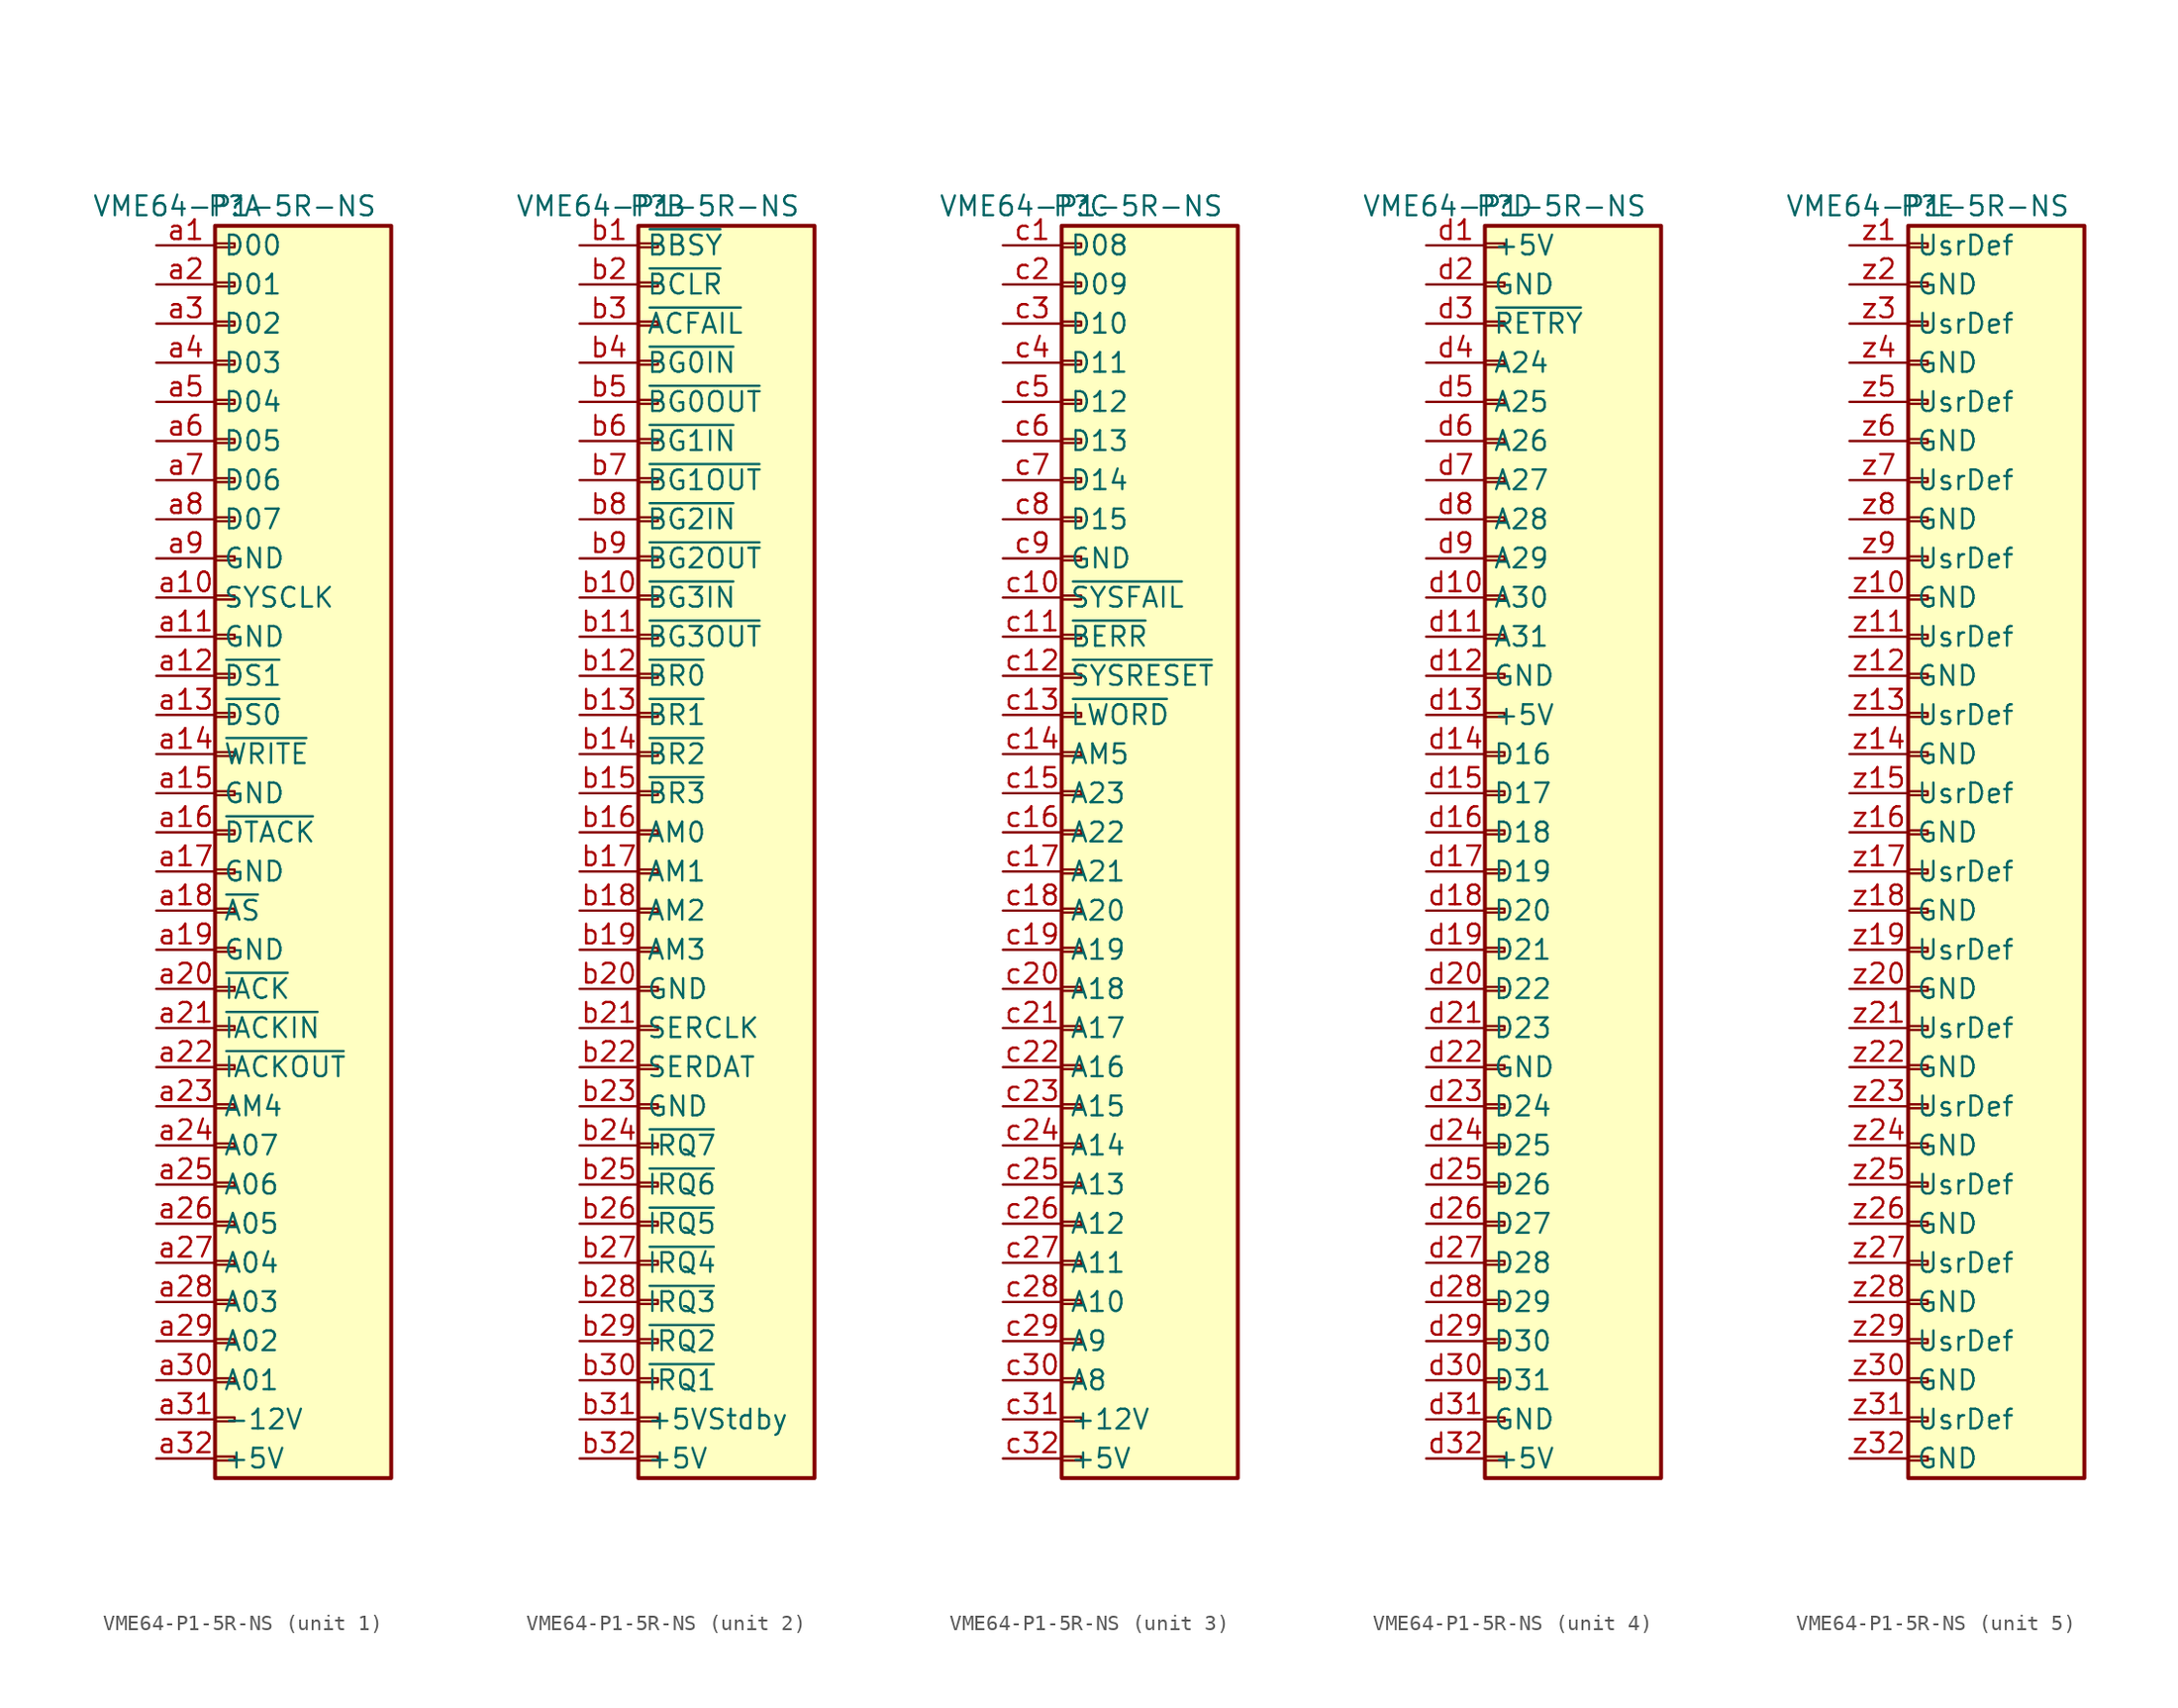
<source format=kicad_sym>
(kicad_symbol_lib
  (version 20231120)
  (generator "kicad_symbol_editor")
  (generator_version "8.0")
  (symbol "VME64-P1-5R-NS"
    (property "Reference" "P"
      (at 0 40.64 0)
      (effects (font (size 1.27 1.27))))
    (property "Value" "VME64-P1-5R-NS"
      (at 0 40.64 0)
      (effects (font (size 1.27 1.27))))
    (property "ki_locked" ""
      (at 0 0 0)
      (effects (font (size 1.27 1.27))))
    (symbol "VME64-P1-5R-NS_1_1"
      (rectangle (start -1.27 -40.513) (end 0 -40.767) (stroke (width 0.152) (type default)) (fill (type none)))
      (rectangle (start -1.27 -37.973) (end 0 -38.227) (stroke (width 0.152) (type default)) (fill (type none)))
      (rectangle (start -1.27 -35.433) (end 0 -35.687) (stroke (width 0.152) (type default)) (fill (type none)))
      (rectangle (start -1.27 -32.893) (end 0 -33.147) (stroke (width 0.152) (type default)) (fill (type none)))
      (rectangle (start -1.27 -30.353) (end 0 -30.607) (stroke (width 0.152) (type default)) (fill (type none)))
      (rectangle (start -1.27 -27.813) (end 0 -28.067) (stroke (width 0.152) (type default)) (fill (type none)))
      (rectangle (start -1.27 -25.273) (end 0 -25.527) (stroke (width 0.152) (type default)) (fill (type none)))
      (rectangle (start -1.27 -22.733) (end 0 -22.987) (stroke (width 0.152) (type default)) (fill (type none)))
      (rectangle (start -1.27 -20.193) (end 0 -20.447) (stroke (width 0.152) (type default)) (fill (type none)))
      (rectangle (start -1.27 -17.653) (end 0 -17.907) (stroke (width 0.152) (type default)) (fill (type none)))
      (rectangle (start -1.27 -15.113) (end 0 -15.367) (stroke (width 0.152) (type default)) (fill (type none)))
      (rectangle (start -1.27 -12.573) (end 0 -12.827) (stroke (width 0.152) (type default)) (fill (type none)))
      (rectangle (start -1.27 -10.033) (end 0 -10.287) (stroke (width 0.152) (type default)) (fill (type none)))
      (rectangle (start -1.27 -7.493) (end 0 -7.747) (stroke (width 0.152) (type default)) (fill (type none)))
      (rectangle (start -1.27 -4.953) (end 0 -5.207) (stroke (width 0.152) (type default)) (fill (type none)))
      (rectangle (start -1.27 -2.413) (end 0 -2.667) (stroke (width 0.152) (type default)) (fill (type none)))
      (rectangle (start -1.27 0.127) (end 0 -0.127) (stroke (width 0.152) (type default)) (fill (type none)))
      (rectangle (start -1.27 2.667) (end 0 2.413) (stroke (width 0.152) (type default)) (fill (type none)))
      (rectangle (start -1.27 5.207) (end 0 4.953) (stroke (width 0.152) (type default)) (fill (type none)))
      (rectangle (start -1.27 7.747) (end 0 7.493) (stroke (width 0.152) (type default)) (fill (type none)))
      (rectangle (start -1.27 10.287) (end 0 10.033) (stroke (width 0.152) (type default)) (fill (type none)))
      (rectangle (start -1.27 12.827) (end 0 12.573) (stroke (width 0.152) (type default)) (fill (type none)))
      (rectangle (start -1.27 15.367) (end 0 15.113) (stroke (width 0.152) (type default)) (fill (type none)))
      (rectangle (start -1.27 17.907) (end 0 17.653) (stroke (width 0.152) (type default)) (fill (type none)))
      (rectangle (start -1.27 20.447) (end 0 20.193) (stroke (width 0.152) (type default)) (fill (type none)))
      (rectangle (start -1.27 22.987) (end 0 22.733) (stroke (width 0.152) (type default)) (fill (type none)))
      (rectangle (start -1.27 25.527) (end 0 25.273) (stroke (width 0.152) (type default)) (fill (type none)))
      (rectangle (start -1.27 28.067) (end 0 27.813) (stroke (width 0.152) (type default)) (fill (type none)))
      (rectangle (start -1.27 30.607) (end 0 30.353) (stroke (width 0.152) (type default)) (fill (type none)))
      (rectangle (start -1.27 33.147) (end 0 32.893) (stroke (width 0.152) (type default)) (fill (type none)))
      (rectangle (start -1.27 35.687) (end 0 35.433) (stroke (width 0.152) (type default)) (fill (type none)))
      (rectangle (start -1.27 38.227) (end 0 37.973) (stroke (width 0.152) (type default)) (fill (type none)))
      (rectangle (start -1.27 39.37) (end 10.16 -41.91) (stroke (width 0.254) (type default)) (fill (type background)))
      (pin bidirectional line (at -5.08 38.1 0) (length 3.81) (name "D00" (effects (font (size 1.27 1.27)))) (number "a1" (effects (font (size 1.27 1.27)))))
      (pin output line (at -5.08 15.24 0) (length 3.81) (name "SYSCLK" (effects (font (size 1.27 1.27)))) (number "a10" (effects (font (size 1.27 1.27)))))
      (pin power_out line (at -5.08 12.7 0) (length 3.81) (name "GND" (effects (font (size 1.27 1.27)))) (number "a11" (effects (font (size 1.27 1.27)))))
      (pin bidirectional line (at -5.08 10.16 0) (length 3.81) (name "~{DS1}" (effects (font (size 1.27 1.27)))) (number "a12" (effects (font (size 1.27 1.27)))))
      (pin bidirectional line (at -5.08 7.62 0) (length 3.81) (name "~{DS0}" (effects (font (size 1.27 1.27)))) (number "a13" (effects (font (size 1.27 1.27)))))
      (pin bidirectional line (at -5.08 5.08 0) (length 3.81) (name "~{WRITE}" (effects (font (size 1.27 1.27)))) (number "a14" (effects (font (size 1.27 1.27)))))
      (pin power_out line (at -5.08 2.54 0) (length 3.81) (name "GND" (effects (font (size 1.27 1.27)))) (number "a15" (effects (font (size 1.27 1.27)))))
      (pin bidirectional line (at -5.08 0 0) (length 3.81) (name "~{DTACK}" (effects (font (size 1.27 1.27)))) (number "a16" (effects (font (size 1.27 1.27)))))
      (pin power_out line (at -5.08 -2.54 0) (length 3.81) (name "GND" (effects (font (size 1.27 1.27)))) (number "a17" (effects (font (size 1.27 1.27)))))
      (pin bidirectional line (at -5.08 -5.08 0) (length 3.81) (name "~{AS}" (effects (font (size 1.27 1.27)))) (number "a18" (effects (font (size 1.27 1.27)))))
      (pin power_out line (at -5.08 -7.62 0) (length 3.81) (name "GND" (effects (font (size 1.27 1.27)))) (number "a19" (effects (font (size 1.27 1.27)))))
      (pin bidirectional line (at -5.08 35.56 0) (length 3.81) (name "D01" (effects (font (size 1.27 1.27)))) (number "a2" (effects (font (size 1.27 1.27)))))
      (pin bidirectional line (at -5.08 -10.16 0) (length 3.81) (name "~{IACK}" (effects (font (size 1.27 1.27)))) (number "a20" (effects (font (size 1.27 1.27)))))
      (pin input line (at -5.08 -12.7 0) (length 3.81) (name "~{IACKIN}" (effects (font (size 1.27 1.27)))) (number "a21" (effects (font (size 1.27 1.27)))))
      (pin output line (at -5.08 -15.24 0) (length 3.81) (name "~{IACKOUT}" (effects (font (size 1.27 1.27)))) (number "a22" (effects (font (size 1.27 1.27)))))
      (pin bidirectional line (at -5.08 -17.78 0) (length 3.81) (name "AM4" (effects (font (size 1.27 1.27)))) (number "a23" (effects (font (size 1.27 1.27)))))
      (pin bidirectional line (at -5.08 -20.32 0) (length 3.81) (name "A07" (effects (font (size 1.27 1.27)))) (number "a24" (effects (font (size 1.27 1.27)))))
      (pin bidirectional line (at -5.08 -22.86 0) (length 3.81) (name "A06" (effects (font (size 1.27 1.27)))) (number "a25" (effects (font (size 1.27 1.27)))))
      (pin bidirectional line (at -5.08 -25.4 0) (length 3.81) (name "A05" (effects (font (size 1.27 1.27)))) (number "a26" (effects (font (size 1.27 1.27)))))
      (pin bidirectional line (at -5.08 -27.94 0) (length 3.81) (name "A04" (effects (font (size 1.27 1.27)))) (number "a27" (effects (font (size 1.27 1.27)))))
      (pin bidirectional line (at -5.08 -30.48 0) (length 3.81) (name "A03" (effects (font (size 1.27 1.27)))) (number "a28" (effects (font (size 1.27 1.27)))))
      (pin bidirectional line (at -5.08 -33.02 0) (length 3.81) (name "A02" (effects (font (size 1.27 1.27)))) (number "a29" (effects (font (size 1.27 1.27)))))
      (pin bidirectional line (at -5.08 33.02 0) (length 3.81) (name "D02" (effects (font (size 1.27 1.27)))) (number "a3" (effects (font (size 1.27 1.27)))))
      (pin bidirectional line (at -5.08 -35.56 0) (length 3.81) (name "A01" (effects (font (size 1.27 1.27)))) (number "a30" (effects (font (size 1.27 1.27)))))
      (pin power_out line (at -5.08 -38.1 0) (length 3.81) (name "-12V" (effects (font (size 1.27 1.27)))) (number "a31" (effects (font (size 1.27 1.27)))))
      (pin power_out line (at -5.08 -40.64 0) (length 3.81) (name "+5V" (effects (font (size 1.27 1.27)))) (number "a32" (effects (font (size 1.27 1.27)))))
      (pin bidirectional line (at -5.08 30.48 0) (length 3.81) (name "D03" (effects (font (size 1.27 1.27)))) (number "a4" (effects (font (size 1.27 1.27)))))
      (pin bidirectional line (at -5.08 27.94 0) (length 3.81) (name "D04" (effects (font (size 1.27 1.27)))) (number "a5" (effects (font (size 1.27 1.27)))))
      (pin bidirectional line (at -5.08 25.4 0) (length 3.81) (name "D05" (effects (font (size 1.27 1.27)))) (number "a6" (effects (font (size 1.27 1.27)))))
      (pin bidirectional line (at -5.08 22.86 0) (length 3.81) (name "D06" (effects (font (size 1.27 1.27)))) (number "a7" (effects (font (size 1.27 1.27)))))
      (pin bidirectional line (at -5.08 20.32 0) (length 3.81) (name "D07" (effects (font (size 1.27 1.27)))) (number "a8" (effects (font (size 1.27 1.27)))))
      (pin power_out line (at -5.08 17.78 0) (length 3.81) (name "GND" (effects (font (size 1.27 1.27)))) (number "a9" (effects (font (size 1.27 1.27))))))
    (symbol "VME64-P1-5R-NS_2_1"
      (rectangle (start -1.27 -40.513) (end 0 -40.767) (stroke (width 0.152) (type default)) (fill (type none)))
      (rectangle (start -1.27 -37.973) (end 0 -38.227) (stroke (width 0.152) (type default)) (fill (type none)))
      (rectangle (start -1.27 -35.433) (end 0 -35.687) (stroke (width 0.152) (type default)) (fill (type none)))
      (rectangle (start -1.27 -32.893) (end 0 -33.147) (stroke (width 0.152) (type default)) (fill (type none)))
      (rectangle (start -1.27 -30.353) (end 0 -30.607) (stroke (width 0.152) (type default)) (fill (type none)))
      (rectangle (start -1.27 -27.813) (end 0 -28.067) (stroke (width 0.152) (type default)) (fill (type none)))
      (rectangle (start -1.27 -25.273) (end 0 -25.527) (stroke (width 0.152) (type default)) (fill (type none)))
      (rectangle (start -1.27 -22.733) (end 0 -22.987) (stroke (width 0.152) (type default)) (fill (type none)))
      (rectangle (start -1.27 -20.193) (end 0 -20.447) (stroke (width 0.152) (type default)) (fill (type none)))
      (rectangle (start -1.27 -17.653) (end 0 -17.907) (stroke (width 0.152) (type default)) (fill (type none)))
      (rectangle (start -1.27 -15.113) (end 0 -15.367) (stroke (width 0.152) (type default)) (fill (type none)))
      (rectangle (start -1.27 -12.573) (end 0 -12.827) (stroke (width 0.152) (type default)) (fill (type none)))
      (rectangle (start -1.27 -10.033) (end 0 -10.287) (stroke (width 0.152) (type default)) (fill (type none)))
      (rectangle (start -1.27 -7.493) (end 0 -7.747) (stroke (width 0.152) (type default)) (fill (type none)))
      (rectangle (start -1.27 -4.953) (end 0 -5.207) (stroke (width 0.152) (type default)) (fill (type none)))
      (rectangle (start -1.27 -2.413) (end 0 -2.667) (stroke (width 0.152) (type default)) (fill (type none)))
      (rectangle (start -1.27 0.127) (end 0 -0.127) (stroke (width 0.152) (type default)) (fill (type none)))
      (rectangle (start -1.27 2.667) (end 0 2.413) (stroke (width 0.152) (type default)) (fill (type none)))
      (rectangle (start -1.27 5.207) (end 0 4.953) (stroke (width 0.152) (type default)) (fill (type none)))
      (rectangle (start -1.27 7.747) (end 0 7.493) (stroke (width 0.152) (type default)) (fill (type none)))
      (rectangle (start -1.27 10.287) (end 0 10.033) (stroke (width 0.152) (type default)) (fill (type none)))
      (rectangle (start -1.27 12.827) (end 0 12.573) (stroke (width 0.152) (type default)) (fill (type none)))
      (rectangle (start -1.27 15.367) (end 0 15.113) (stroke (width 0.152) (type default)) (fill (type none)))
      (rectangle (start -1.27 17.907) (end 0 17.653) (stroke (width 0.152) (type default)) (fill (type none)))
      (rectangle (start -1.27 20.447) (end 0 20.193) (stroke (width 0.152) (type default)) (fill (type none)))
      (rectangle (start -1.27 22.987) (end 0 22.733) (stroke (width 0.152) (type default)) (fill (type none)))
      (rectangle (start -1.27 25.527) (end 0 25.273) (stroke (width 0.152) (type default)) (fill (type none)))
      (rectangle (start -1.27 28.067) (end 0 27.813) (stroke (width 0.152) (type default)) (fill (type none)))
      (rectangle (start -1.27 30.607) (end 0 30.353) (stroke (width 0.152) (type default)) (fill (type none)))
      (rectangle (start -1.27 33.147) (end 0 32.893) (stroke (width 0.152) (type default)) (fill (type none)))
      (rectangle (start -1.27 35.687) (end 0 35.433) (stroke (width 0.152) (type default)) (fill (type none)))
      (rectangle (start -1.27 38.227) (end 0 37.973) (stroke (width 0.152) (type default)) (fill (type none)))
      (rectangle (start -1.27 39.37) (end 10.16 -41.91) (stroke (width 0.254) (type default)) (fill (type background)))
      (pin bidirectional line (at -5.08 38.1 0) (length 3.81) (name "~{BBSY}" (effects (font (size 1.27 1.27)))) (number "b1" (effects (font (size 1.27 1.27)))))
      (pin input line (at -5.08 15.24 0) (length 3.81) (name "~{BG3IN}" (effects (font (size 1.27 1.27)))) (number "b10" (effects (font (size 1.27 1.27)))))
      (pin output line (at -5.08 12.7 0) (length 3.81) (name "~{BG3OUT}" (effects (font (size 1.27 1.27)))) (number "b11" (effects (font (size 1.27 1.27)))))
      (pin bidirectional line (at -5.08 10.16 0) (length 3.81) (name "~{BR0}" (effects (font (size 1.27 1.27)))) (number "b12" (effects (font (size 1.27 1.27)))))
      (pin bidirectional line (at -5.08 7.62 0) (length 3.81) (name "~{BR1}" (effects (font (size 1.27 1.27)))) (number "b13" (effects (font (size 1.27 1.27)))))
      (pin bidirectional line (at -5.08 5.08 0) (length 3.81) (name "~{BR2}" (effects (font (size 1.27 1.27)))) (number "b14" (effects (font (size 1.27 1.27)))))
      (pin bidirectional line (at -5.08 2.54 0) (length 3.81) (name "~{BR3}" (effects (font (size 1.27 1.27)))) (number "b15" (effects (font (size 1.27 1.27)))))
      (pin bidirectional line (at -5.08 0 0) (length 3.81) (name "AM0" (effects (font (size 1.27 1.27)))) (number "b16" (effects (font (size 1.27 1.27)))))
      (pin bidirectional line (at -5.08 -2.54 0) (length 3.81) (name "AM1" (effects (font (size 1.27 1.27)))) (number "b17" (effects (font (size 1.27 1.27)))))
      (pin bidirectional line (at -5.08 -5.08 0) (length 3.81) (name "AM2" (effects (font (size 1.27 1.27)))) (number "b18" (effects (font (size 1.27 1.27)))))
      (pin bidirectional line (at -5.08 -7.62 0) (length 3.81) (name "AM3" (effects (font (size 1.27 1.27)))) (number "b19" (effects (font (size 1.27 1.27)))))
      (pin bidirectional line (at -5.08 35.56 0) (length 3.81) (name "~{BCLR}" (effects (font (size 1.27 1.27)))) (number "b2" (effects (font (size 1.27 1.27)))))
      (pin power_out line (at -5.08 -10.16 0) (length 3.81) (name "GND" (effects (font (size 1.27 1.27)))) (number "b20" (effects (font (size 1.27 1.27)))))
      (pin bidirectional line (at -5.08 -12.7 0) (length 3.81) (name "SERCLK" (effects (font (size 1.27 1.27)))) (number "b21" (effects (font (size 1.27 1.27)))))
      (pin bidirectional line (at -5.08 -15.24 0) (length 3.81) (name "SERDAT" (effects (font (size 1.27 1.27)))) (number "b22" (effects (font (size 1.27 1.27)))))
      (pin power_out line (at -5.08 -17.78 0) (length 3.81) (name "GND" (effects (font (size 1.27 1.27)))) (number "b23" (effects (font (size 1.27 1.27)))))
      (pin bidirectional line (at -5.08 -20.32 0) (length 3.81) (name "~{IRQ7}" (effects (font (size 1.27 1.27)))) (number "b24" (effects (font (size 1.27 1.27)))))
      (pin bidirectional line (at -5.08 -22.86 0) (length 3.81) (name "~{IRQ6}" (effects (font (size 1.27 1.27)))) (number "b25" (effects (font (size 1.27 1.27)))))
      (pin bidirectional line (at -5.08 -25.4 0) (length 3.81) (name "~{IRQ5}" (effects (font (size 1.27 1.27)))) (number "b26" (effects (font (size 1.27 1.27)))))
      (pin bidirectional line (at -5.08 -27.94 0) (length 3.81) (name "~{IRQ4}" (effects (font (size 1.27 1.27)))) (number "b27" (effects (font (size 1.27 1.27)))))
      (pin bidirectional line (at -5.08 -30.48 0) (length 3.81) (name "~{IRQ3}" (effects (font (size 1.27 1.27)))) (number "b28" (effects (font (size 1.27 1.27)))))
      (pin bidirectional line (at -5.08 -33.02 0) (length 3.81) (name "~{IRQ2}" (effects (font (size 1.27 1.27)))) (number "b29" (effects (font (size 1.27 1.27)))))
      (pin output line (at -5.08 33.02 0) (length 3.81) (name "~{ACFAIL}" (effects (font (size 1.27 1.27)))) (number "b3" (effects (font (size 1.27 1.27)))))
      (pin bidirectional line (at -5.08 -35.56 0) (length 3.81) (name "~{IRQ1}" (effects (font (size 1.27 1.27)))) (number "b30" (effects (font (size 1.27 1.27)))))
      (pin power_out line (at -5.08 -38.1 0) (length 3.81) (name "+5VStdby" (effects (font (size 1.27 1.27)))) (number "b31" (effects (font (size 1.27 1.27)))))
      (pin power_out line (at -5.08 -40.64 0) (length 3.81) (name "+5V" (effects (font (size 1.27 1.27)))) (number "b32" (effects (font (size 1.27 1.27)))))
      (pin input line (at -5.08 30.48 0) (length 3.81) (name "~{BG0IN}" (effects (font (size 1.27 1.27)))) (number "b4" (effects (font (size 1.27 1.27)))))
      (pin output line (at -5.08 27.94 0) (length 3.81) (name "~{BG0OUT}" (effects (font (size 1.27 1.27)))) (number "b5" (effects (font (size 1.27 1.27)))))
      (pin input line (at -5.08 25.4 0) (length 3.81) (name "~{BG1IN}" (effects (font (size 1.27 1.27)))) (number "b6" (effects (font (size 1.27 1.27)))))
      (pin output line (at -5.08 22.86 0) (length 3.81) (name "~{BG1OUT}" (effects (font (size 1.27 1.27)))) (number "b7" (effects (font (size 1.27 1.27)))))
      (pin input line (at -5.08 20.32 0) (length 3.81) (name "~{BG2IN}" (effects (font (size 1.27 1.27)))) (number "b8" (effects (font (size 1.27 1.27)))))
      (pin output line (at -5.08 17.78 0) (length 3.81) (name "~{BG2OUT}" (effects (font (size 1.27 1.27)))) (number "b9" (effects (font (size 1.27 1.27))))))
    (symbol "VME64-P1-5R-NS_3_1"
      (rectangle (start -1.27 -40.513) (end 0 -40.767) (stroke (width 0.152) (type default)) (fill (type none)))
      (rectangle (start -1.27 -37.973) (end 0 -38.227) (stroke (width 0.152) (type default)) (fill (type none)))
      (rectangle (start -1.27 -35.433) (end 0 -35.687) (stroke (width 0.152) (type default)) (fill (type none)))
      (rectangle (start -1.27 -32.893) (end 0 -33.147) (stroke (width 0.152) (type default)) (fill (type none)))
      (rectangle (start -1.27 -30.353) (end 0 -30.607) (stroke (width 0.152) (type default)) (fill (type none)))
      (rectangle (start -1.27 -27.813) (end 0 -28.067) (stroke (width 0.152) (type default)) (fill (type none)))
      (rectangle (start -1.27 -25.273) (end 0 -25.527) (stroke (width 0.152) (type default)) (fill (type none)))
      (rectangle (start -1.27 -22.733) (end 0 -22.987) (stroke (width 0.152) (type default)) (fill (type none)))
      (rectangle (start -1.27 -20.193) (end 0 -20.447) (stroke (width 0.152) (type default)) (fill (type none)))
      (rectangle (start -1.27 -17.653) (end 0 -17.907) (stroke (width 0.152) (type default)) (fill (type none)))
      (rectangle (start -1.27 -15.113) (end 0 -15.367) (stroke (width 0.152) (type default)) (fill (type none)))
      (rectangle (start -1.27 -12.573) (end 0 -12.827) (stroke (width 0.152) (type default)) (fill (type none)))
      (rectangle (start -1.27 -10.033) (end 0 -10.287) (stroke (width 0.152) (type default)) (fill (type none)))
      (rectangle (start -1.27 -7.493) (end 0 -7.747) (stroke (width 0.152) (type default)) (fill (type none)))
      (rectangle (start -1.27 -4.953) (end 0 -5.207) (stroke (width 0.152) (type default)) (fill (type none)))
      (rectangle (start -1.27 -2.413) (end 0 -2.667) (stroke (width 0.152) (type default)) (fill (type none)))
      (rectangle (start -1.27 0.127) (end 0 -0.127) (stroke (width 0.152) (type default)) (fill (type none)))
      (rectangle (start -1.27 2.667) (end 0 2.413) (stroke (width 0.152) (type default)) (fill (type none)))
      (rectangle (start -1.27 5.207) (end 0 4.953) (stroke (width 0.152) (type default)) (fill (type none)))
      (rectangle (start -1.27 7.747) (end 0 7.493) (stroke (width 0.152) (type default)) (fill (type none)))
      (rectangle (start -1.27 10.287) (end 0 10.033) (stroke (width 0.152) (type default)) (fill (type none)))
      (rectangle (start -1.27 12.827) (end 0 12.573) (stroke (width 0.152) (type default)) (fill (type none)))
      (rectangle (start -1.27 15.367) (end 0 15.113) (stroke (width 0.152) (type default)) (fill (type none)))
      (rectangle (start -1.27 17.907) (end 0 17.653) (stroke (width 0.152) (type default)) (fill (type none)))
      (rectangle (start -1.27 20.447) (end 0 20.193) (stroke (width 0.152) (type default)) (fill (type none)))
      (rectangle (start -1.27 22.987) (end 0 22.733) (stroke (width 0.152) (type default)) (fill (type none)))
      (rectangle (start -1.27 25.527) (end 0 25.273) (stroke (width 0.152) (type default)) (fill (type none)))
      (rectangle (start -1.27 28.067) (end 0 27.813) (stroke (width 0.152) (type default)) (fill (type none)))
      (rectangle (start -1.27 30.607) (end 0 30.353) (stroke (width 0.152) (type default)) (fill (type none)))
      (rectangle (start -1.27 33.147) (end 0 32.893) (stroke (width 0.152) (type default)) (fill (type none)))
      (rectangle (start -1.27 35.687) (end 0 35.433) (stroke (width 0.152) (type default)) (fill (type none)))
      (rectangle (start -1.27 38.227) (end 0 37.973) (stroke (width 0.152) (type default)) (fill (type none)))
      (rectangle (start -1.27 39.37) (end 10.16 -41.91) (stroke (width 0.254) (type default)) (fill (type background)))
      (pin bidirectional line (at -5.08 38.1 0) (length 3.81) (name "D08" (effects (font (size 1.27 1.27)))) (number "c1" (effects (font (size 1.27 1.27)))))
      (pin bidirectional line (at -5.08 15.24 0) (length 3.81) (name "~{SYSFAIL}" (effects (font (size 1.27 1.27)))) (number "c10" (effects (font (size 1.27 1.27)))))
      (pin bidirectional line (at -5.08 12.7 0) (length 3.81) (name "~{BERR}" (effects (font (size 1.27 1.27)))) (number "c11" (effects (font (size 1.27 1.27)))))
      (pin bidirectional line (at -5.08 10.16 0) (length 3.81) (name "~{SYSRESET}" (effects (font (size 1.27 1.27)))) (number "c12" (effects (font (size 1.27 1.27)))))
      (pin bidirectional line (at -5.08 7.62 0) (length 3.81) (name "~{LWORD}" (effects (font (size 1.27 1.27)))) (number "c13" (effects (font (size 1.27 1.27)))))
      (pin bidirectional line (at -5.08 5.08 0) (length 3.81) (name "AM5" (effects (font (size 1.27 1.27)))) (number "c14" (effects (font (size 1.27 1.27)))))
      (pin bidirectional line (at -5.08 2.54 0) (length 3.81) (name "A23" (effects (font (size 1.27 1.27)))) (number "c15" (effects (font (size 1.27 1.27)))))
      (pin bidirectional line (at -5.08 0 0) (length 3.81) (name "A22" (effects (font (size 1.27 1.27)))) (number "c16" (effects (font (size 1.27 1.27)))))
      (pin bidirectional line (at -5.08 -2.54 0) (length 3.81) (name "A21" (effects (font (size 1.27 1.27)))) (number "c17" (effects (font (size 1.27 1.27)))))
      (pin bidirectional line (at -5.08 -5.08 0) (length 3.81) (name "A20" (effects (font (size 1.27 1.27)))) (number "c18" (effects (font (size 1.27 1.27)))))
      (pin bidirectional line (at -5.08 -7.62 0) (length 3.81) (name "A19" (effects (font (size 1.27 1.27)))) (number "c19" (effects (font (size 1.27 1.27)))))
      (pin bidirectional line (at -5.08 35.56 0) (length 3.81) (name "D09" (effects (font (size 1.27 1.27)))) (number "c2" (effects (font (size 1.27 1.27)))))
      (pin bidirectional line (at -5.08 -10.16 0) (length 3.81) (name "A18" (effects (font (size 1.27 1.27)))) (number "c20" (effects (font (size 1.27 1.27)))))
      (pin bidirectional line (at -5.08 -12.7 0) (length 3.81) (name "A17" (effects (font (size 1.27 1.27)))) (number "c21" (effects (font (size 1.27 1.27)))))
      (pin bidirectional line (at -5.08 -15.24 0) (length 3.81) (name "A16" (effects (font (size 1.27 1.27)))) (number "c22" (effects (font (size 1.27 1.27)))))
      (pin bidirectional line (at -5.08 -17.78 0) (length 3.81) (name "A15" (effects (font (size 1.27 1.27)))) (number "c23" (effects (font (size 1.27 1.27)))))
      (pin bidirectional line (at -5.08 -20.32 0) (length 3.81) (name "A14" (effects (font (size 1.27 1.27)))) (number "c24" (effects (font (size 1.27 1.27)))))
      (pin bidirectional line (at -5.08 -22.86 0) (length 3.81) (name "A13" (effects (font (size 1.27 1.27)))) (number "c25" (effects (font (size 1.27 1.27)))))
      (pin bidirectional line (at -5.08 -25.4 0) (length 3.81) (name "A12" (effects (font (size 1.27 1.27)))) (number "c26" (effects (font (size 1.27 1.27)))))
      (pin bidirectional line (at -5.08 -27.94 0) (length 3.81) (name "A11" (effects (font (size 1.27 1.27)))) (number "c27" (effects (font (size 1.27 1.27)))))
      (pin bidirectional line (at -5.08 -30.48 0) (length 3.81) (name "A10" (effects (font (size 1.27 1.27)))) (number "c28" (effects (font (size 1.27 1.27)))))
      (pin bidirectional line (at -5.08 -33.02 0) (length 3.81) (name "A9" (effects (font (size 1.27 1.27)))) (number "c29" (effects (font (size 1.27 1.27)))))
      (pin bidirectional line (at -5.08 33.02 0) (length 3.81) (name "D10" (effects (font (size 1.27 1.27)))) (number "c3" (effects (font (size 1.27 1.27)))))
      (pin bidirectional line (at -5.08 -35.56 0) (length 3.81) (name "A8" (effects (font (size 1.27 1.27)))) (number "c30" (effects (font (size 1.27 1.27)))))
      (pin power_out line (at -5.08 -38.1 0) (length 3.81) (name "+12V" (effects (font (size 1.27 1.27)))) (number "c31" (effects (font (size 1.27 1.27)))))
      (pin power_out line (at -5.08 -40.64 0) (length 3.81) (name "+5V" (effects (font (size 1.27 1.27)))) (number "c32" (effects (font (size 1.27 1.27)))))
      (pin bidirectional line (at -5.08 30.48 0) (length 3.81) (name "D11" (effects (font (size 1.27 1.27)))) (number "c4" (effects (font (size 1.27 1.27)))))
      (pin bidirectional line (at -5.08 27.94 0) (length 3.81) (name "D12" (effects (font (size 1.27 1.27)))) (number "c5" (effects (font (size 1.27 1.27)))))
      (pin bidirectional line (at -5.08 25.4 0) (length 3.81) (name "D13" (effects (font (size 1.27 1.27)))) (number "c6" (effects (font (size 1.27 1.27)))))
      (pin bidirectional line (at -5.08 22.86 0) (length 3.81) (name "D14" (effects (font (size 1.27 1.27)))) (number "c7" (effects (font (size 1.27 1.27)))))
      (pin bidirectional line (at -5.08 20.32 0) (length 3.81) (name "D15" (effects (font (size 1.27 1.27)))) (number "c8" (effects (font (size 1.27 1.27)))))
      (pin power_out line (at -5.08 17.78 0) (length 3.81) (name "GND" (effects (font (size 1.27 1.27)))) (number "c9" (effects (font (size 1.27 1.27))))))
    (symbol "VME64-P1-5R-NS_4_1"
      (rectangle (start -1.27 -40.513) (end 0 -40.767) (stroke (width 0.152) (type default)) (fill (type none)))
      (rectangle (start -1.27 -37.973) (end 0 -38.227) (stroke (width 0.152) (type default)) (fill (type none)))
      (rectangle (start -1.27 -35.433) (end 0 -35.687) (stroke (width 0.152) (type default)) (fill (type none)))
      (rectangle (start -1.27 -32.893) (end 0 -33.147) (stroke (width 0.152) (type default)) (fill (type none)))
      (rectangle (start -1.27 -30.353) (end 0 -30.607) (stroke (width 0.152) (type default)) (fill (type none)))
      (rectangle (start -1.27 -27.813) (end 0 -28.067) (stroke (width 0.152) (type default)) (fill (type none)))
      (rectangle (start -1.27 -25.273) (end 0 -25.527) (stroke (width 0.152) (type default)) (fill (type none)))
      (rectangle (start -1.27 -22.733) (end 0 -22.987) (stroke (width 0.152) (type default)) (fill (type none)))
      (rectangle (start -1.27 -20.193) (end 0 -20.447) (stroke (width 0.152) (type default)) (fill (type none)))
      (rectangle (start -1.27 -17.653) (end 0 -17.907) (stroke (width 0.152) (type default)) (fill (type none)))
      (rectangle (start -1.27 -15.113) (end 0 -15.367) (stroke (width 0.152) (type default)) (fill (type none)))
      (rectangle (start -1.27 -12.573) (end 0 -12.827) (stroke (width 0.152) (type default)) (fill (type none)))
      (rectangle (start -1.27 -10.033) (end 0 -10.287) (stroke (width 0.152) (type default)) (fill (type none)))
      (rectangle (start -1.27 -7.493) (end 0 -7.747) (stroke (width 0.152) (type default)) (fill (type none)))
      (rectangle (start -1.27 -4.953) (end 0 -5.207) (stroke (width 0.152) (type default)) (fill (type none)))
      (rectangle (start -1.27 -2.413) (end 0 -2.667) (stroke (width 0.152) (type default)) (fill (type none)))
      (rectangle (start -1.27 0.127) (end 0 -0.127) (stroke (width 0.152) (type default)) (fill (type none)))
      (rectangle (start -1.27 2.667) (end 0 2.413) (stroke (width 0.152) (type default)) (fill (type none)))
      (rectangle (start -1.27 5.207) (end 0 4.953) (stroke (width 0.152) (type default)) (fill (type none)))
      (rectangle (start -1.27 7.747) (end 0 7.493) (stroke (width 0.152) (type default)) (fill (type none)))
      (rectangle (start -1.27 10.287) (end 0 10.033) (stroke (width 0.152) (type default)) (fill (type none)))
      (rectangle (start -1.27 12.827) (end 0 12.573) (stroke (width 0.152) (type default)) (fill (type none)))
      (rectangle (start -1.27 15.367) (end 0 15.113) (stroke (width 0.152) (type default)) (fill (type none)))
      (rectangle (start -1.27 17.907) (end 0 17.653) (stroke (width 0.152) (type default)) (fill (type none)))
      (rectangle (start -1.27 20.447) (end 0 20.193) (stroke (width 0.152) (type default)) (fill (type none)))
      (rectangle (start -1.27 22.987) (end 0 22.733) (stroke (width 0.152) (type default)) (fill (type none)))
      (rectangle (start -1.27 25.527) (end 0 25.273) (stroke (width 0.152) (type default)) (fill (type none)))
      (rectangle (start -1.27 28.067) (end 0 27.813) (stroke (width 0.152) (type default)) (fill (type none)))
      (rectangle (start -1.27 30.607) (end 0 30.353) (stroke (width 0.152) (type default)) (fill (type none)))
      (rectangle (start -1.27 33.147) (end 0 32.893) (stroke (width 0.152) (type default)) (fill (type none)))
      (rectangle (start -1.27 35.687) (end 0 35.433) (stroke (width 0.152) (type default)) (fill (type none)))
      (rectangle (start -1.27 38.227) (end 0 37.973) (stroke (width 0.152) (type default)) (fill (type none)))
      (rectangle (start -1.27 39.37) (end 10.16 -41.91) (stroke (width 0.254) (type default)) (fill (type background)))
      (pin power_out line (at -5.08 38.1 0) (length 3.81) (name "+5V" (effects (font (size 1.27 1.27)))) (number "d1" (effects (font (size 1.27 1.27)))))
      (pin bidirectional line (at -5.08 15.24 0) (length 3.81) (name "A30" (effects (font (size 1.27 1.27)))) (number "d10" (effects (font (size 1.27 1.27)))))
      (pin bidirectional line (at -5.08 12.7 0) (length 3.81) (name "A31" (effects (font (size 1.27 1.27)))) (number "d11" (effects (font (size 1.27 1.27)))))
      (pin power_out line (at -5.08 10.16 0) (length 3.81) (name "GND" (effects (font (size 1.27 1.27)))) (number "d12" (effects (font (size 1.27 1.27)))))
      (pin power_out line (at -5.08 7.62 0) (length 3.81) (name "+5V" (effects (font (size 1.27 1.27)))) (number "d13" (effects (font (size 1.27 1.27)))))
      (pin bidirectional line (at -5.08 5.08 0) (length 3.81) (name "D16" (effects (font (size 1.27 1.27)))) (number "d14" (effects (font (size 1.27 1.27)))))
      (pin bidirectional line (at -5.08 2.54 0) (length 3.81) (name "D17" (effects (font (size 1.27 1.27)))) (number "d15" (effects (font (size 1.27 1.27)))))
      (pin bidirectional line (at -5.08 0 0) (length 3.81) (name "D18" (effects (font (size 1.27 1.27)))) (number "d16" (effects (font (size 1.27 1.27)))))
      (pin bidirectional line (at -5.08 -2.54 0) (length 3.81) (name "D19" (effects (font (size 1.27 1.27)))) (number "d17" (effects (font (size 1.27 1.27)))))
      (pin bidirectional line (at -5.08 -5.08 0) (length 3.81) (name "D20" (effects (font (size 1.27 1.27)))) (number "d18" (effects (font (size 1.27 1.27)))))
      (pin bidirectional line (at -5.08 -7.62 0) (length 3.81) (name "D21" (effects (font (size 1.27 1.27)))) (number "d19" (effects (font (size 1.27 1.27)))))
      (pin power_out line (at -5.08 35.56 0) (length 3.81) (name "GND" (effects (font (size 1.27 1.27)))) (number "d2" (effects (font (size 1.27 1.27)))))
      (pin bidirectional line (at -5.08 -10.16 0) (length 3.81) (name "D22" (effects (font (size 1.27 1.27)))) (number "d20" (effects (font (size 1.27 1.27)))))
      (pin bidirectional line (at -5.08 -12.7 0) (length 3.81) (name "D23" (effects (font (size 1.27 1.27)))) (number "d21" (effects (font (size 1.27 1.27)))))
      (pin power_out line (at -5.08 -15.24 0) (length 3.81) (name "GND" (effects (font (size 1.27 1.27)))) (number "d22" (effects (font (size 1.27 1.27)))))
      (pin bidirectional line (at -5.08 -17.78 0) (length 3.81) (name "D24" (effects (font (size 1.27 1.27)))) (number "d23" (effects (font (size 1.27 1.27)))))
      (pin bidirectional line (at -5.08 -20.32 0) (length 3.81) (name "D25" (effects (font (size 1.27 1.27)))) (number "d24" (effects (font (size 1.27 1.27)))))
      (pin bidirectional line (at -5.08 -22.86 0) (length 3.81) (name "D26" (effects (font (size 1.27 1.27)))) (number "d25" (effects (font (size 1.27 1.27)))))
      (pin bidirectional line (at -5.08 -25.4 0) (length 3.81) (name "D27" (effects (font (size 1.27 1.27)))) (number "d26" (effects (font (size 1.27 1.27)))))
      (pin bidirectional line (at -5.08 -27.94 0) (length 3.81) (name "D28" (effects (font (size 1.27 1.27)))) (number "d27" (effects (font (size 1.27 1.27)))))
      (pin bidirectional line (at -5.08 -30.48 0) (length 3.81) (name "D29" (effects (font (size 1.27 1.27)))) (number "d28" (effects (font (size 1.27 1.27)))))
      (pin bidirectional line (at -5.08 -33.02 0) (length 3.81) (name "D30" (effects (font (size 1.27 1.27)))) (number "d29" (effects (font (size 1.27 1.27)))))
      (pin bidirectional line (at -5.08 33.02 0) (length 3.81) (name "~{RETRY}" (effects (font (size 1.27 1.27)))) (number "d3" (effects (font (size 1.27 1.27)))))
      (pin bidirectional line (at -5.08 -35.56 0) (length 3.81) (name "D31" (effects (font (size 1.27 1.27)))) (number "d30" (effects (font (size 1.27 1.27)))))
      (pin power_out line (at -5.08 -38.1 0) (length 3.81) (name "GND" (effects (font (size 1.27 1.27)))) (number "d31" (effects (font (size 1.27 1.27)))))
      (pin power_out line (at -5.08 -40.64 0) (length 3.81) (name "+5V" (effects (font (size 1.27 1.27)))) (number "d32" (effects (font (size 1.27 1.27)))))
      (pin bidirectional line (at -5.08 30.48 0) (length 3.81) (name "A24" (effects (font (size 1.27 1.27)))) (number "d4" (effects (font (size 1.27 1.27)))))
      (pin bidirectional line (at -5.08 27.94 0) (length 3.81) (name "A25" (effects (font (size 1.27 1.27)))) (number "d5" (effects (font (size 1.27 1.27)))))
      (pin bidirectional line (at -5.08 25.4 0) (length 3.81) (name "A26" (effects (font (size 1.27 1.27)))) (number "d6" (effects (font (size 1.27 1.27)))))
      (pin bidirectional line (at -5.08 22.86 0) (length 3.81) (name "A27" (effects (font (size 1.27 1.27)))) (number "d7" (effects (font (size 1.27 1.27)))))
      (pin bidirectional line (at -5.08 20.32 0) (length 3.81) (name "A28" (effects (font (size 1.27 1.27)))) (number "d8" (effects (font (size 1.27 1.27)))))
      (pin bidirectional line (at -5.08 17.78 0) (length 3.81) (name "A29" (effects (font (size 1.27 1.27)))) (number "d9" (effects (font (size 1.27 1.27))))))
    (symbol "VME64-P1-5R-NS_5_1"
      (rectangle (start -1.27 -40.513) (end 0 -40.767) (stroke (width 0.152) (type default)) (fill (type none)))
      (rectangle (start -1.27 -37.973) (end 0 -38.227) (stroke (width 0.152) (type default)) (fill (type none)))
      (rectangle (start -1.27 -35.433) (end 0 -35.687) (stroke (width 0.152) (type default)) (fill (type none)))
      (rectangle (start -1.27 -32.893) (end 0 -33.147) (stroke (width 0.152) (type default)) (fill (type none)))
      (rectangle (start -1.27 -30.353) (end 0 -30.607) (stroke (width 0.152) (type default)) (fill (type none)))
      (rectangle (start -1.27 -27.813) (end 0 -28.067) (stroke (width 0.152) (type default)) (fill (type none)))
      (rectangle (start -1.27 -25.273) (end 0 -25.527) (stroke (width 0.152) (type default)) (fill (type none)))
      (rectangle (start -1.27 -22.733) (end 0 -22.987) (stroke (width 0.152) (type default)) (fill (type none)))
      (rectangle (start -1.27 -20.193) (end 0 -20.447) (stroke (width 0.152) (type default)) (fill (type none)))
      (rectangle (start -1.27 -17.653) (end 0 -17.907) (stroke (width 0.152) (type default)) (fill (type none)))
      (rectangle (start -1.27 -15.113) (end 0 -15.367) (stroke (width 0.152) (type default)) (fill (type none)))
      (rectangle (start -1.27 -12.573) (end 0 -12.827) (stroke (width 0.152) (type default)) (fill (type none)))
      (rectangle (start -1.27 -10.033) (end 0 -10.287) (stroke (width 0.152) (type default)) (fill (type none)))
      (rectangle (start -1.27 -7.493) (end 0 -7.747) (stroke (width 0.152) (type default)) (fill (type none)))
      (rectangle (start -1.27 -4.953) (end 0 -5.207) (stroke (width 0.152) (type default)) (fill (type none)))
      (rectangle (start -1.27 -2.413) (end 0 -2.667) (stroke (width 0.152) (type default)) (fill (type none)))
      (rectangle (start -1.27 0.127) (end 0 -0.127) (stroke (width 0.152) (type default)) (fill (type none)))
      (rectangle (start -1.27 2.667) (end 0 2.413) (stroke (width 0.152) (type default)) (fill (type none)))
      (rectangle (start -1.27 5.207) (end 0 4.953) (stroke (width 0.152) (type default)) (fill (type none)))
      (rectangle (start -1.27 7.747) (end 0 7.493) (stroke (width 0.152) (type default)) (fill (type none)))
      (rectangle (start -1.27 10.287) (end 0 10.033) (stroke (width 0.152) (type default)) (fill (type none)))
      (rectangle (start -1.27 12.827) (end 0 12.573) (stroke (width 0.152) (type default)) (fill (type none)))
      (rectangle (start -1.27 15.367) (end 0 15.113) (stroke (width 0.152) (type default)) (fill (type none)))
      (rectangle (start -1.27 17.907) (end 0 17.653) (stroke (width 0.152) (type default)) (fill (type none)))
      (rectangle (start -1.27 20.447) (end 0 20.193) (stroke (width 0.152) (type default)) (fill (type none)))
      (rectangle (start -1.27 22.987) (end 0 22.733) (stroke (width 0.152) (type default)) (fill (type none)))
      (rectangle (start -1.27 25.527) (end 0 25.273) (stroke (width 0.152) (type default)) (fill (type none)))
      (rectangle (start -1.27 28.067) (end 0 27.813) (stroke (width 0.152) (type default)) (fill (type none)))
      (rectangle (start -1.27 30.607) (end 0 30.353) (stroke (width 0.152) (type default)) (fill (type none)))
      (rectangle (start -1.27 33.147) (end 0 32.893) (stroke (width 0.152) (type default)) (fill (type none)))
      (rectangle (start -1.27 35.687) (end 0 35.433) (stroke (width 0.152) (type default)) (fill (type none)))
      (rectangle (start -1.27 38.227) (end 0 37.973) (stroke (width 0.152) (type default)) (fill (type none)))
      (rectangle (start -1.27 39.37) (end 10.16 -41.91) (stroke (width 0.254) (type default)) (fill (type background)))
      (pin bidirectional line (at -5.08 38.1 0) (length 3.81) (name "UsrDef" (effects (font (size 1.27 1.27)))) (number "z1" (effects (font (size 1.27 1.27)))))
      (pin power_out line (at -5.08 15.24 0) (length 3.81) (name "GND" (effects (font (size 1.27 1.27)))) (number "z10" (effects (font (size 1.27 1.27)))))
      (pin bidirectional line (at -5.08 12.7 0) (length 3.81) (name "UsrDef" (effects (font (size 1.27 1.27)))) (number "z11" (effects (font (size 1.27 1.27)))))
      (pin power_out line (at -5.08 10.16 0) (length 3.81) (name "GND" (effects (font (size 1.27 1.27)))) (number "z12" (effects (font (size 1.27 1.27)))))
      (pin bidirectional line (at -5.08 7.62 0) (length 3.81) (name "UsrDef" (effects (font (size 1.27 1.27)))) (number "z13" (effects (font (size 1.27 1.27)))))
      (pin power_out line (at -5.08 5.08 0) (length 3.81) (name "GND" (effects (font (size 1.27 1.27)))) (number "z14" (effects (font (size 1.27 1.27)))))
      (pin bidirectional line (at -5.08 2.54 0) (length 3.81) (name "UsrDef" (effects (font (size 1.27 1.27)))) (number "z15" (effects (font (size 1.27 1.27)))))
      (pin power_out line (at -5.08 0 0) (length 3.81) (name "GND" (effects (font (size 1.27 1.27)))) (number "z16" (effects (font (size 1.27 1.27)))))
      (pin bidirectional line (at -5.08 -2.54 0) (length 3.81) (name "UsrDef" (effects (font (size 1.27 1.27)))) (number "z17" (effects (font (size 1.27 1.27)))))
      (pin power_out line (at -5.08 -5.08 0) (length 3.81) (name "GND" (effects (font (size 1.27 1.27)))) (number "z18" (effects (font (size 1.27 1.27)))))
      (pin bidirectional line (at -5.08 -7.62 0) (length 3.81) (name "UsrDef" (effects (font (size 1.27 1.27)))) (number "z19" (effects (font (size 1.27 1.27)))))
      (pin power_out line (at -5.08 35.56 0) (length 3.81) (name "GND" (effects (font (size 1.27 1.27)))) (number "z2" (effects (font (size 1.27 1.27)))))
      (pin power_out line (at -5.08 -10.16 0) (length 3.81) (name "GND" (effects (font (size 1.27 1.27)))) (number "z20" (effects (font (size 1.27 1.27)))))
      (pin bidirectional line (at -5.08 -12.7 0) (length 3.81) (name "UsrDef" (effects (font (size 1.27 1.27)))) (number "z21" (effects (font (size 1.27 1.27)))))
      (pin power_out line (at -5.08 -15.24 0) (length 3.81) (name "GND" (effects (font (size 1.27 1.27)))) (number "z22" (effects (font (size 1.27 1.27)))))
      (pin bidirectional line (at -5.08 -17.78 0) (length 3.81) (name "UsrDef" (effects (font (size 1.27 1.27)))) (number "z23" (effects (font (size 1.27 1.27)))))
      (pin power_out line (at -5.08 -20.32 0) (length 3.81) (name "GND" (effects (font (size 1.27 1.27)))) (number "z24" (effects (font (size 1.27 1.27)))))
      (pin bidirectional line (at -5.08 -22.86 0) (length 3.81) (name "UsrDef" (effects (font (size 1.27 1.27)))) (number "z25" (effects (font (size 1.27 1.27)))))
      (pin power_out line (at -5.08 -25.4 0) (length 3.81) (name "GND" (effects (font (size 1.27 1.27)))) (number "z26" (effects (font (size 1.27 1.27)))))
      (pin bidirectional line (at -5.08 -27.94 0) (length 3.81) (name "UsrDef" (effects (font (size 1.27 1.27)))) (number "z27" (effects (font (size 1.27 1.27)))))
      (pin power_out line (at -5.08 -30.48 0) (length 3.81) (name "GND" (effects (font (size 1.27 1.27)))) (number "z28" (effects (font (size 1.27 1.27)))))
      (pin bidirectional line (at -5.08 -33.02 0) (length 3.81) (name "UsrDef" (effects (font (size 1.27 1.27)))) (number "z29" (effects (font (size 1.27 1.27)))))
      (pin bidirectional line (at -5.08 33.02 0) (length 3.81) (name "UsrDef" (effects (font (size 1.27 1.27)))) (number "z3" (effects (font (size 1.27 1.27)))))
      (pin power_out line (at -5.08 -35.56 0) (length 3.81) (name "GND" (effects (font (size 1.27 1.27)))) (number "z30" (effects (font (size 1.27 1.27)))))
      (pin bidirectional line (at -5.08 -38.1 0) (length 3.81) (name "UsrDef" (effects (font (size 1.27 1.27)))) (number "z31" (effects (font (size 1.27 1.27)))))
      (pin power_out line (at -5.08 -40.64 0) (length 3.81) (name "GND" (effects (font (size 1.27 1.27)))) (number "z32" (effects (font (size 1.27 1.27)))))
      (pin power_out line (at -5.08 30.48 0) (length 3.81) (name "GND" (effects (font (size 1.27 1.27)))) (number "z4" (effects (font (size 1.27 1.27)))))
      (pin bidirectional line (at -5.08 27.94 0) (length 3.81) (name "UsrDef" (effects (font (size 1.27 1.27)))) (number "z5" (effects (font (size 1.27 1.27)))))
      (pin power_out line (at -5.08 25.4 0) (length 3.81) (name "GND" (effects (font (size 1.27 1.27)))) (number "z6" (effects (font (size 1.27 1.27)))))
      (pin bidirectional line (at -5.08 22.86 0) (length 3.81) (name "UsrDef" (effects (font (size 1.27 1.27)))) (number "z7" (effects (font (size 1.27 1.27)))))
      (pin power_out line (at -5.08 20.32 0) (length 3.81) (name "GND" (effects (font (size 1.27 1.27)))) (number "z8" (effects (font (size 1.27 1.27)))))
      (pin bidirectional line (at -5.08 17.78 0) (length 3.81) (name "UsrDef" (effects (font (size 1.27 1.27)))) (number "z9" (effects (font (size 1.27 1.27))))))))
</source>
